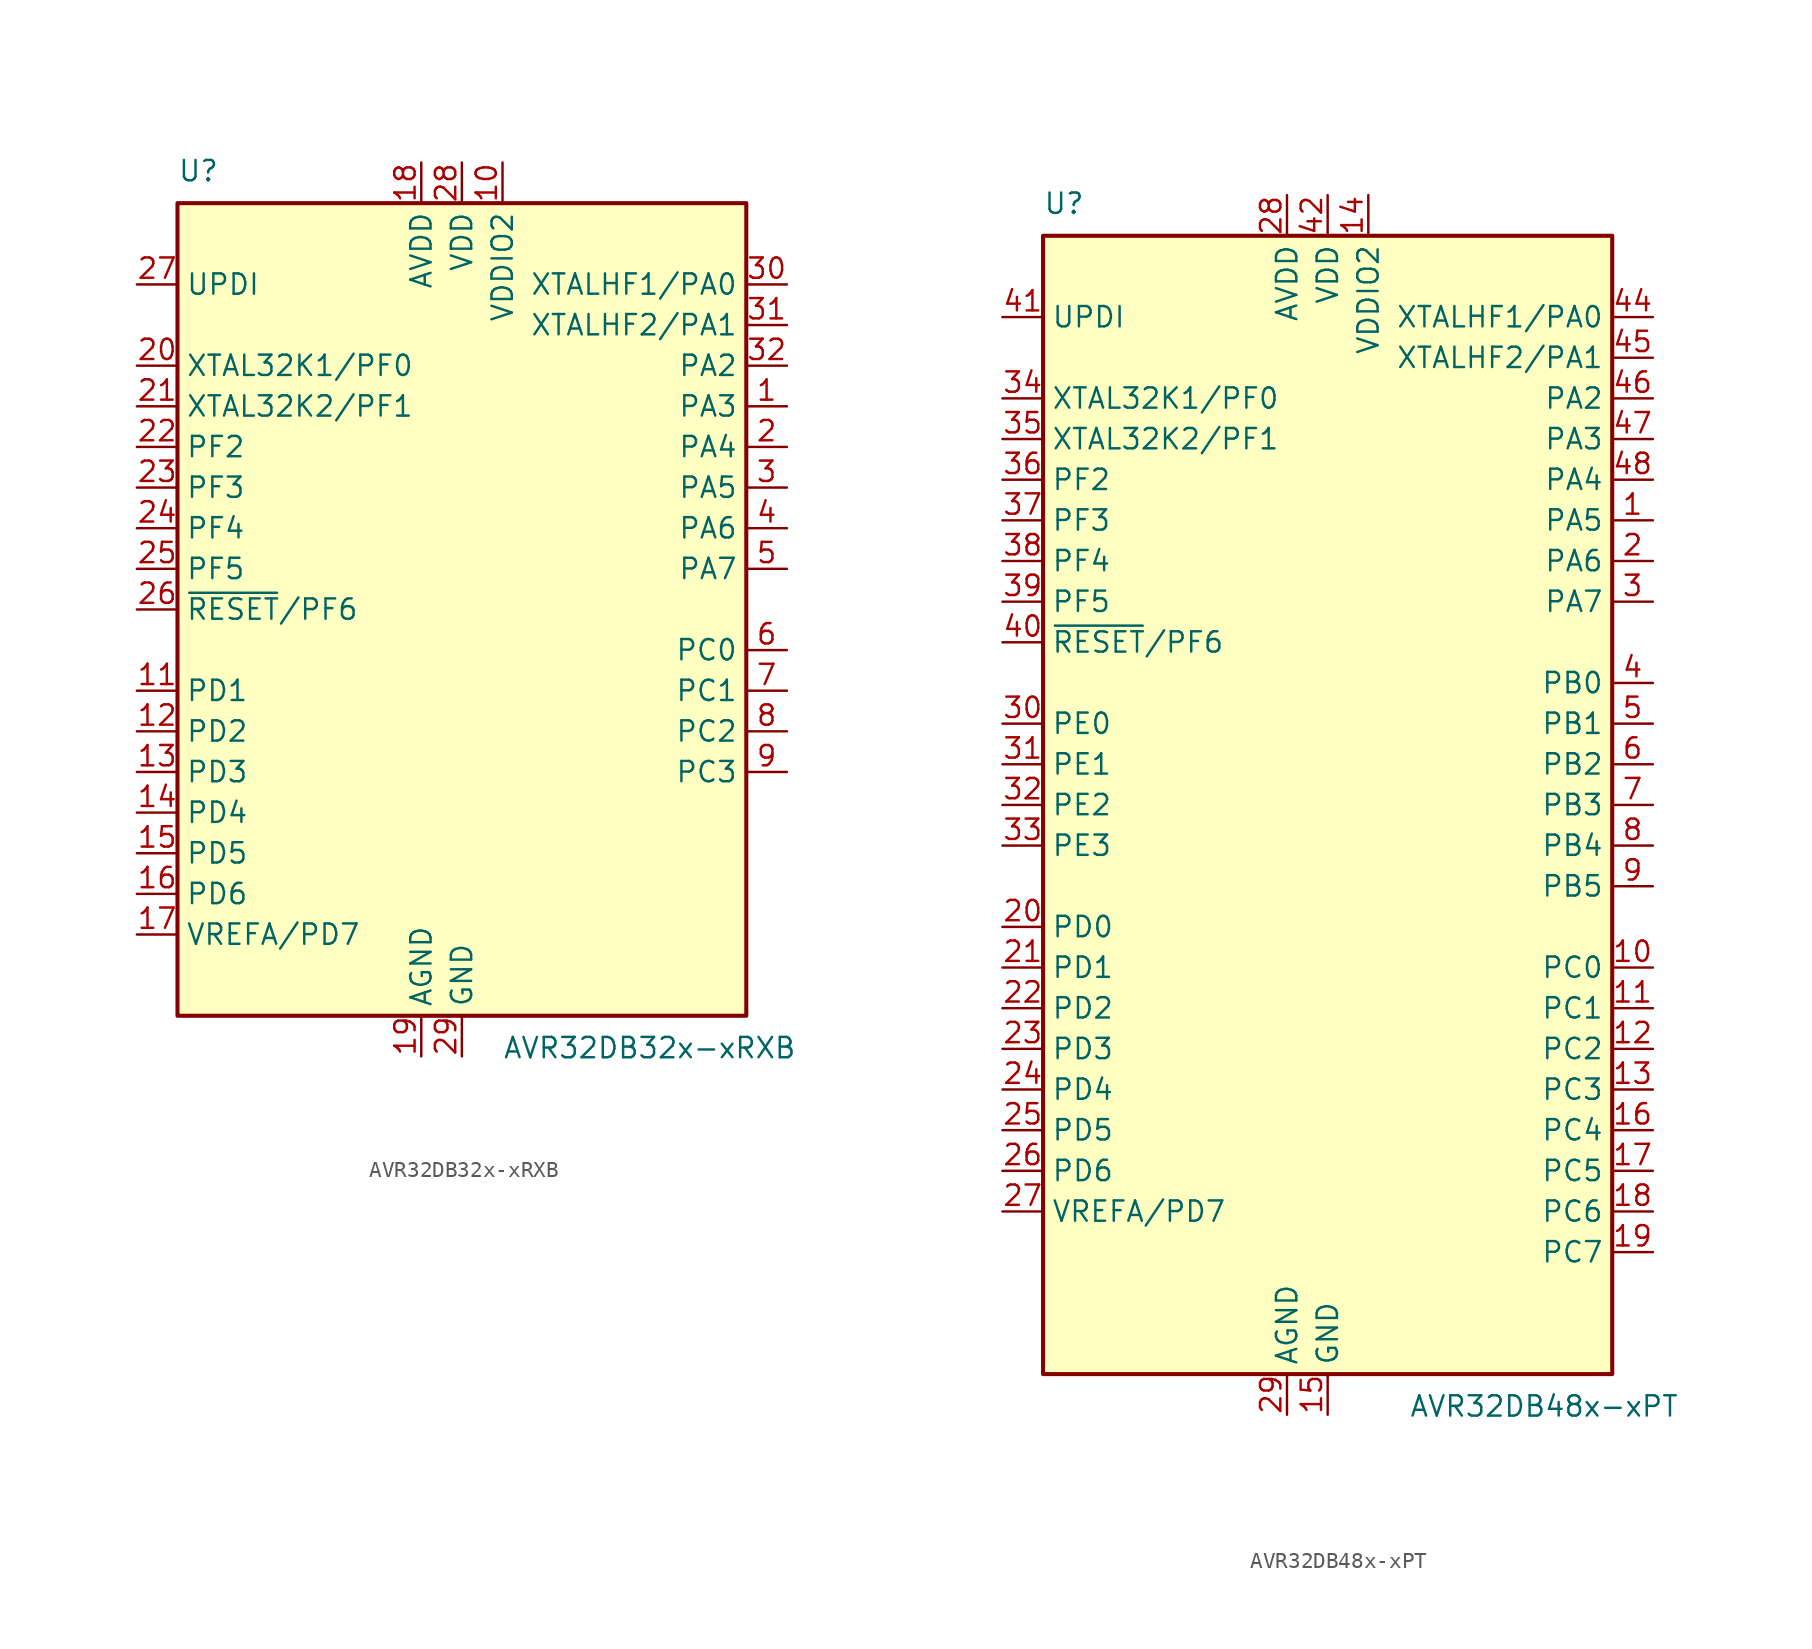
<source format=kicad_sym>
(kicad_symbol_lib
  (version 20220914)
  (generator kicad_symbol_editor)
  (symbol "AVR32DB32x-xRXB"
    (property "Reference" "U"
      (at -17.78 26.67 0)
      (effects (font (size 1.27 1.27)) (justify left bottom)))
    (property "Value" "AVR32DB32x-xRXB"
      (at 2.54 -26.67 0)
      (effects (font (size 1.27 1.27)) (justify left top)))
    (symbol "AVR32DB32x-xRXB_0_1"
      (rectangle (start -17.78 25.4) (end 17.78 -25.4) (stroke (width 0.254) (type default)) (fill (type background))))
    (symbol "AVR32DB32x-xRXB_1_1"
      (pin bidirectional line (at 20.32 12.7 180) (length 2.54) (name "PA3" (effects (font (size 1.27 1.27)))) (number "1" (effects (font (size 1.27 1.27)))))
      (pin power_in line (at 2.54 27.94 270) (length 2.54) (name "VDDIO2" (effects (font (size 1.27 1.27)))) (number "10" (effects (font (size 1.27 1.27)))))
      (pin bidirectional line (at -20.32 -5.08 0) (length 2.54) (name "PD1" (effects (font (size 1.27 1.27)))) (number "11" (effects (font (size 1.27 1.27)))))
      (pin bidirectional line (at -20.32 -7.62 0) (length 2.54) (name "PD2" (effects (font (size 1.27 1.27)))) (number "12" (effects (font (size 1.27 1.27)))))
      (pin bidirectional line (at -20.32 -10.16 0) (length 2.54) (name "PD3" (effects (font (size 1.27 1.27)))) (number "13" (effects (font (size 1.27 1.27)))))
      (pin bidirectional line (at -20.32 -12.7 0) (length 2.54) (name "PD4" (effects (font (size 1.27 1.27)))) (number "14" (effects (font (size 1.27 1.27)))))
      (pin bidirectional line (at -20.32 -15.24 0) (length 2.54) (name "PD5" (effects (font (size 1.27 1.27)))) (number "15" (effects (font (size 1.27 1.27)))))
      (pin bidirectional line (at -20.32 -17.78 0) (length 2.54) (name "PD6" (effects (font (size 1.27 1.27)))) (number "16" (effects (font (size 1.27 1.27)))))
      (pin bidirectional line (at -20.32 -20.32 0) (length 2.54) (name "VREFA/PD7" (effects (font (size 1.27 1.27)))) (number "17" (effects (font (size 1.27 1.27)))))
      (pin power_in line (at -2.54 27.94 270) (length 2.54) (name "AVDD" (effects (font (size 1.27 1.27)))) (number "18" (effects (font (size 1.27 1.27)))))
      (pin power_in line (at -2.54 -27.94 90) (length 2.54) (name "AGND" (effects (font (size 1.27 1.27)))) (number "19" (effects (font (size 1.27 1.27)))))
      (pin bidirectional line (at 20.32 10.16 180) (length 2.54) (name "PA4" (effects (font (size 1.27 1.27)))) (number "2" (effects (font (size 1.27 1.27)))))
      (pin bidirectional line (at -20.32 15.24 0) (length 2.54) (name "XTAL32K1/PF0" (effects (font (size 1.27 1.27)))) (number "20" (effects (font (size 1.27 1.27)))))
      (pin bidirectional line (at -20.32 12.7 0) (length 2.54) (name "XTAL32K2/PF1" (effects (font (size 1.27 1.27)))) (number "21" (effects (font (size 1.27 1.27)))))
      (pin bidirectional line (at -20.32 10.16 0) (length 2.54) (name "PF2" (effects (font (size 1.27 1.27)))) (number "22" (effects (font (size 1.27 1.27)))))
      (pin bidirectional line (at -20.32 7.62 0) (length 2.54) (name "PF3" (effects (font (size 1.27 1.27)))) (number "23" (effects (font (size 1.27 1.27)))))
      (pin bidirectional line (at -20.32 5.08 0) (length 2.54) (name "PF4" (effects (font (size 1.27 1.27)))) (number "24" (effects (font (size 1.27 1.27)))))
      (pin bidirectional line (at -20.32 2.54 0) (length 2.54) (name "PF5" (effects (font (size 1.27 1.27)))) (number "25" (effects (font (size 1.27 1.27)))))
      (pin bidirectional line (at -20.32 0 0) (length 2.54) (name "~{RESET}/PF6" (effects (font (size 1.27 1.27)))) (number "26" (effects (font (size 1.27 1.27)))))
      (pin input line (at -20.32 20.32 0) (length 2.54) (name "UPDI" (effects (font (size 1.27 1.27)))) (number "27" (effects (font (size 1.27 1.27)))))
      (pin power_in line (at 0 27.94 270) (length 2.54) (name "VDD" (effects (font (size 1.27 1.27)))) (number "28" (effects (font (size 1.27 1.27)))))
      (pin power_in line (at 0 -27.94 90) (length 2.54) (name "GND" (effects (font (size 1.27 1.27)))) (number "29" (effects (font (size 1.27 1.27)))))
      (pin bidirectional line (at 20.32 7.62 180) (length 2.54) (name "PA5" (effects (font (size 1.27 1.27)))) (number "3" (effects (font (size 1.27 1.27)))))
      (pin bidirectional line (at 20.32 20.32 180) (length 2.54) (name "XTALHF1/PA0" (effects (font (size 1.27 1.27)))) (number "30" (effects (font (size 1.27 1.27)))))
      (pin bidirectional line (at 20.32 17.78 180) (length 2.54) (name "XTALHF2/PA1" (effects (font (size 1.27 1.27)))) (number "31" (effects (font (size 1.27 1.27)))))
      (pin bidirectional line (at 20.32 15.24 180) (length 2.54) (name "PA2" (effects (font (size 1.27 1.27)))) (number "32" (effects (font (size 1.27 1.27)))))
      (pin passive line (at 0 -27.94 90) (length 2.54) hide (name "GND" (effects (font (size 1.27 1.27)))) (number "33" (effects (font (size 1.27 1.27)))))
      (pin bidirectional line (at 20.32 5.08 180) (length 2.54) (name "PA6" (effects (font (size 1.27 1.27)))) (number "4" (effects (font (size 1.27 1.27)))))
      (pin bidirectional line (at 20.32 2.54 180) (length 2.54) (name "PA7" (effects (font (size 1.27 1.27)))) (number "5" (effects (font (size 1.27 1.27)))))
      (pin bidirectional line (at 20.32 -2.54 180) (length 2.54) (name "PC0" (effects (font (size 1.27 1.27)))) (number "6" (effects (font (size 1.27 1.27)))))
      (pin bidirectional line (at 20.32 -5.08 180) (length 2.54) (name "PC1" (effects (font (size 1.27 1.27)))) (number "7" (effects (font (size 1.27 1.27)))))
      (pin bidirectional line (at 20.32 -7.62 180) (length 2.54) (name "PC2" (effects (font (size 1.27 1.27)))) (number "8" (effects (font (size 1.27 1.27)))))
      (pin bidirectional line (at 20.32 -10.16 180) (length 2.54) (name "PC3" (effects (font (size 1.27 1.27)))) (number "9" (effects (font (size 1.27 1.27)))))))
  (symbol "AVR32DB48x-xPT"
    (property "Reference" "U"
      (at -17.78 36.83 0)
      (effects (font (size 1.27 1.27)) (justify left bottom)))
    (property "Value" "AVR32DB48x-xPT"
      (at 5.08 -36.83 0)
      (effects (font (size 1.27 1.27)) (justify left top)))
    (symbol "AVR32DB48x-xPT_0_1"
      (rectangle (start -17.78 35.56) (end 17.78 -35.56) (stroke (width 0.254) (type default)) (fill (type background))))
    (symbol "AVR32DB48x-xPT_1_1"
      (pin bidirectional line (at 20.32 17.78 180) (length 2.54) (name "PA5" (effects (font (size 1.27 1.27)))) (number "1" (effects (font (size 1.27 1.27)))))
      (pin bidirectional line (at 20.32 -10.16 180) (length 2.54) (name "PC0" (effects (font (size 1.27 1.27)))) (number "10" (effects (font (size 1.27 1.27)))))
      (pin bidirectional line (at 20.32 -12.7 180) (length 2.54) (name "PC1" (effects (font (size 1.27 1.27)))) (number "11" (effects (font (size 1.27 1.27)))))
      (pin bidirectional line (at 20.32 -15.24 180) (length 2.54) (name "PC2" (effects (font (size 1.27 1.27)))) (number "12" (effects (font (size 1.27 1.27)))))
      (pin bidirectional line (at 20.32 -17.78 180) (length 2.54) (name "PC3" (effects (font (size 1.27 1.27)))) (number "13" (effects (font (size 1.27 1.27)))))
      (pin power_in line (at 2.54 38.1 270) (length 2.54) (name "VDDIO2" (effects (font (size 1.27 1.27)))) (number "14" (effects (font (size 1.27 1.27)))))
      (pin power_in line (at 0 -38.1 90) (length 2.54) (name "GND" (effects (font (size 1.27 1.27)))) (number "15" (effects (font (size 1.27 1.27)))))
      (pin bidirectional line (at 20.32 -20.32 180) (length 2.54) (name "PC4" (effects (font (size 1.27 1.27)))) (number "16" (effects (font (size 1.27 1.27)))))
      (pin bidirectional line (at 20.32 -22.86 180) (length 2.54) (name "PC5" (effects (font (size 1.27 1.27)))) (number "17" (effects (font (size 1.27 1.27)))))
      (pin bidirectional line (at 20.32 -25.4 180) (length 2.54) (name "PC6" (effects (font (size 1.27 1.27)))) (number "18" (effects (font (size 1.27 1.27)))))
      (pin bidirectional line (at 20.32 -27.94 180) (length 2.54) (name "PC7" (effects (font (size 1.27 1.27)))) (number "19" (effects (font (size 1.27 1.27)))))
      (pin bidirectional line (at 20.32 15.24 180) (length 2.54) (name "PA6" (effects (font (size 1.27 1.27)))) (number "2" (effects (font (size 1.27 1.27)))))
      (pin bidirectional line (at -20.32 -7.62 0) (length 2.54) (name "PD0" (effects (font (size 1.27 1.27)))) (number "20" (effects (font (size 1.27 1.27)))))
      (pin bidirectional line (at -20.32 -10.16 0) (length 2.54) (name "PD1" (effects (font (size 1.27 1.27)))) (number "21" (effects (font (size 1.27 1.27)))))
      (pin bidirectional line (at -20.32 -12.7 0) (length 2.54) (name "PD2" (effects (font (size 1.27 1.27)))) (number "22" (effects (font (size 1.27 1.27)))))
      (pin bidirectional line (at -20.32 -15.24 0) (length 2.54) (name "PD3" (effects (font (size 1.27 1.27)))) (number "23" (effects (font (size 1.27 1.27)))))
      (pin bidirectional line (at -20.32 -17.78 0) (length 2.54) (name "PD4" (effects (font (size 1.27 1.27)))) (number "24" (effects (font (size 1.27 1.27)))))
      (pin bidirectional line (at -20.32 -20.32 0) (length 2.54) (name "PD5" (effects (font (size 1.27 1.27)))) (number "25" (effects (font (size 1.27 1.27)))))
      (pin bidirectional line (at -20.32 -22.86 0) (length 2.54) (name "PD6" (effects (font (size 1.27 1.27)))) (number "26" (effects (font (size 1.27 1.27)))))
      (pin bidirectional line (at -20.32 -25.4 0) (length 2.54) (name "VREFA/PD7" (effects (font (size 1.27 1.27)))) (number "27" (effects (font (size 1.27 1.27)))))
      (pin power_in line (at -2.54 38.1 270) (length 2.54) (name "AVDD" (effects (font (size 1.27 1.27)))) (number "28" (effects (font (size 1.27 1.27)))))
      (pin power_in line (at -2.54 -38.1 90) (length 2.54) (name "AGND" (effects (font (size 1.27 1.27)))) (number "29" (effects (font (size 1.27 1.27)))))
      (pin bidirectional line (at 20.32 12.7 180) (length 2.54) (name "PA7" (effects (font (size 1.27 1.27)))) (number "3" (effects (font (size 1.27 1.27)))))
      (pin bidirectional line (at -20.32 5.08 0) (length 2.54) (name "PE0" (effects (font (size 1.27 1.27)))) (number "30" (effects (font (size 1.27 1.27)))))
      (pin bidirectional line (at -20.32 2.54 0) (length 2.54) (name "PE1" (effects (font (size 1.27 1.27)))) (number "31" (effects (font (size 1.27 1.27)))))
      (pin bidirectional line (at -20.32 0 0) (length 2.54) (name "PE2" (effects (font (size 1.27 1.27)))) (number "32" (effects (font (size 1.27 1.27)))))
      (pin bidirectional line (at -20.32 -2.54 0) (length 2.54) (name "PE3" (effects (font (size 1.27 1.27)))) (number "33" (effects (font (size 1.27 1.27)))))
      (pin bidirectional line (at -20.32 25.4 0) (length 2.54) (name "XTAL32K1/PF0" (effects (font (size 1.27 1.27)))) (number "34" (effects (font (size 1.27 1.27)))))
      (pin bidirectional line (at -20.32 22.86 0) (length 2.54) (name "XTAL32K2/PF1" (effects (font (size 1.27 1.27)))) (number "35" (effects (font (size 1.27 1.27)))))
      (pin bidirectional line (at -20.32 20.32 0) (length 2.54) (name "PF2" (effects (font (size 1.27 1.27)))) (number "36" (effects (font (size 1.27 1.27)))))
      (pin bidirectional line (at -20.32 17.78 0) (length 2.54) (name "PF3" (effects (font (size 1.27 1.27)))) (number "37" (effects (font (size 1.27 1.27)))))
      (pin bidirectional line (at -20.32 15.24 0) (length 2.54) (name "PF4" (effects (font (size 1.27 1.27)))) (number "38" (effects (font (size 1.27 1.27)))))
      (pin bidirectional line (at -20.32 12.7 0) (length 2.54) (name "PF5" (effects (font (size 1.27 1.27)))) (number "39" (effects (font (size 1.27 1.27)))))
      (pin bidirectional line (at 20.32 7.62 180) (length 2.54) (name "PB0" (effects (font (size 1.27 1.27)))) (number "4" (effects (font (size 1.27 1.27)))))
      (pin bidirectional line (at -20.32 10.16 0) (length 2.54) (name "~{RESET}/PF6" (effects (font (size 1.27 1.27)))) (number "40" (effects (font (size 1.27 1.27)))))
      (pin input line (at -20.32 30.48 0) (length 2.54) (name "UPDI" (effects (font (size 1.27 1.27)))) (number "41" (effects (font (size 1.27 1.27)))))
      (pin power_in line (at 0 38.1 270) (length 2.54) (name "VDD" (effects (font (size 1.27 1.27)))) (number "42" (effects (font (size 1.27 1.27)))))
      (pin passive line (at 0 -38.1 90) (length 2.54) hide (name "GND" (effects (font (size 1.27 1.27)))) (number "43" (effects (font (size 1.27 1.27)))))
      (pin bidirectional line (at 20.32 30.48 180) (length 2.54) (name "XTALHF1/PA0" (effects (font (size 1.27 1.27)))) (number "44" (effects (font (size 1.27 1.27)))))
      (pin bidirectional line (at 20.32 27.94 180) (length 2.54) (name "XTALHF2/PA1" (effects (font (size 1.27 1.27)))) (number "45" (effects (font (size 1.27 1.27)))))
      (pin bidirectional line (at 20.32 25.4 180) (length 2.54) (name "PA2" (effects (font (size 1.27 1.27)))) (number "46" (effects (font (size 1.27 1.27)))))
      (pin bidirectional line (at 20.32 22.86 180) (length 2.54) (name "PA3" (effects (font (size 1.27 1.27)))) (number "47" (effects (font (size 1.27 1.27)))))
      (pin bidirectional line (at 20.32 20.32 180) (length 2.54) (name "PA4" (effects (font (size 1.27 1.27)))) (number "48" (effects (font (size 1.27 1.27)))))
      (pin bidirectional line (at 20.32 5.08 180) (length 2.54) (name "PB1" (effects (font (size 1.27 1.27)))) (number "5" (effects (font (size 1.27 1.27)))))
      (pin bidirectional line (at 20.32 2.54 180) (length 2.54) (name "PB2" (effects (font (size 1.27 1.27)))) (number "6" (effects (font (size 1.27 1.27)))))
      (pin bidirectional line (at 20.32 0 180) (length 2.54) (name "PB3" (effects (font (size 1.27 1.27)))) (number "7" (effects (font (size 1.27 1.27)))))
      (pin bidirectional line (at 20.32 -2.54 180) (length 2.54) (name "PB4" (effects (font (size 1.27 1.27)))) (number "8" (effects (font (size 1.27 1.27)))))
      (pin bidirectional line (at 20.32 -5.08 180) (length 2.54) (name "PB5" (effects (font (size 1.27 1.27)))) (number "9" (effects (font (size 1.27 1.27))))))))
</source>
